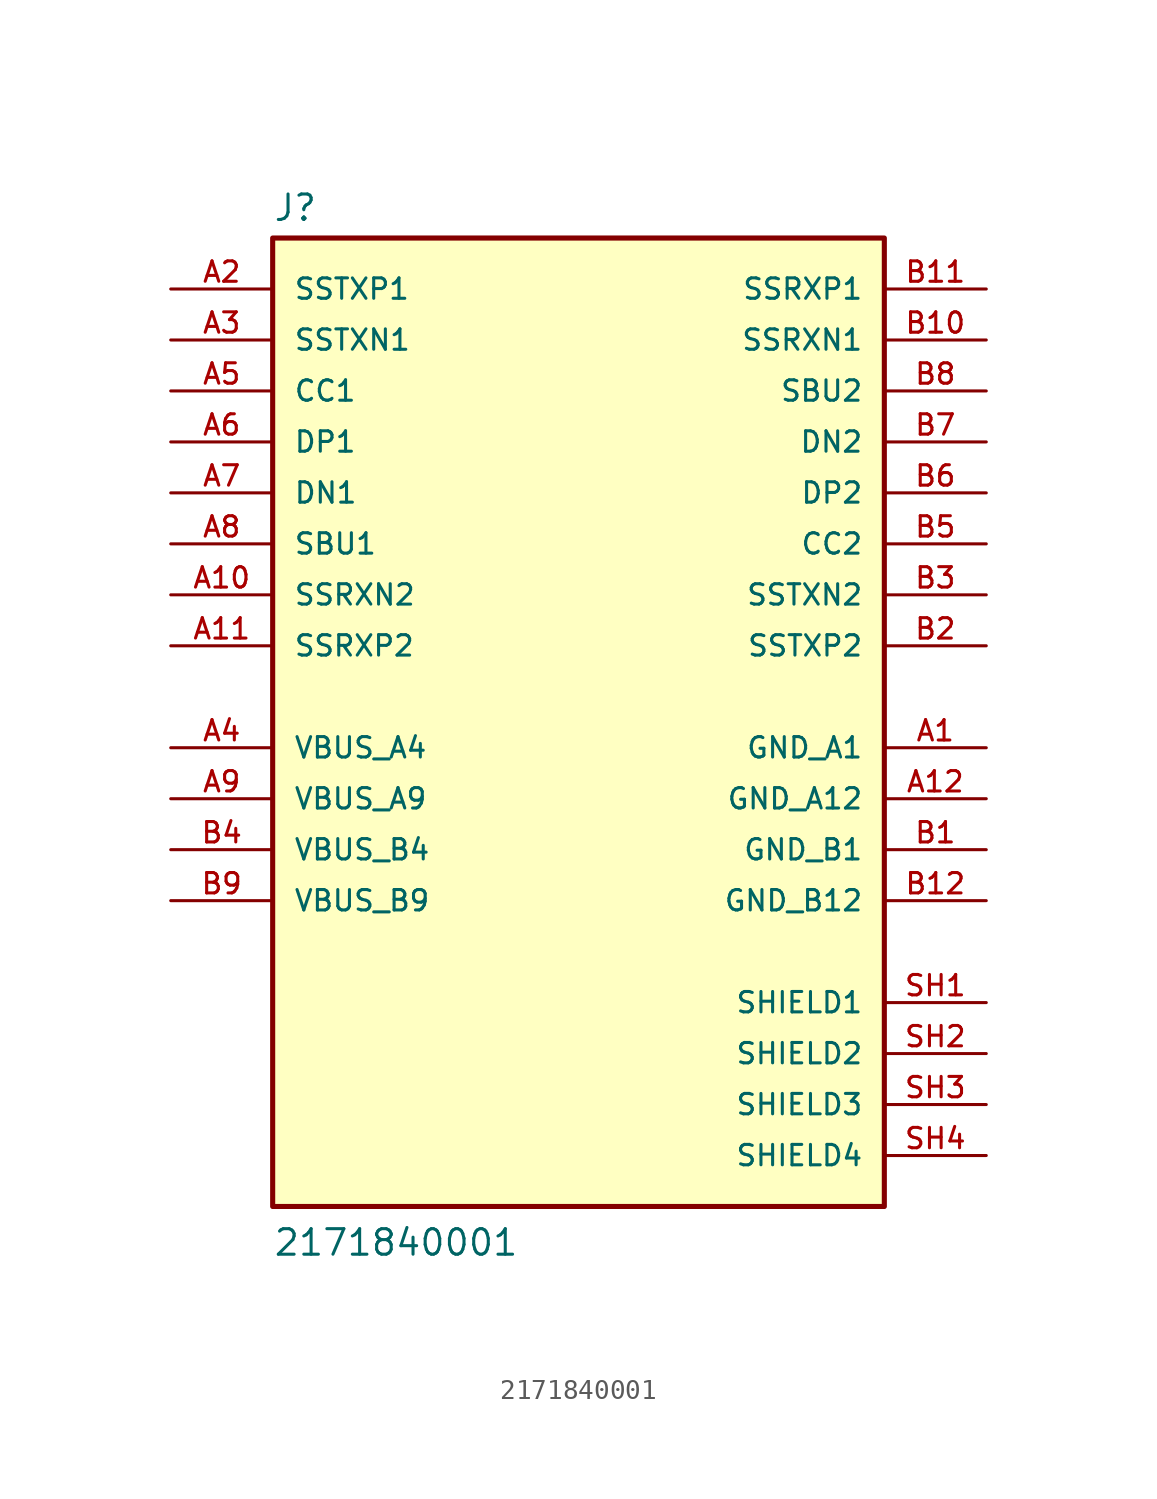
<source format=kicad_sym>
(kicad_symbol_lib
  (version 20231120)
  (generator "kicad_symbol_editor")
  (generator_version "8.0")
  (symbol "2171840001"
    (pin_names
      (offset 1.016))
    (property "Reference" "J"
      (at -15.24 23.622 0)
      (effects (font (size 1.27 1.27)) (justify left bottom)))
    (property "Value" "2171840001"
      (at -15.24 -27.94 0)
      (effects (font (size 1.27 1.27)) (justify left bottom)))
    (symbol "2171840001_0_0"
      (rectangle (start -15.24 -25.4) (end 15.24 22.86) (stroke (width 0.254) (type default)) (fill (type background)))
      (pin power_in line (at 20.32 -2.54 180) (length 5.08) (name "GND_A1" (effects (font (size 1.016 1.016)))) (number "A1" (effects (font (size 1.016 1.016)))))
      (pin bidirectional line (at -20.32 5.08 0) (length 5.08) (name "SSRXN2" (effects (font (size 1.016 1.016)))) (number "A10" (effects (font (size 1.016 1.016)))))
      (pin bidirectional line (at -20.32 2.54 0) (length 5.08) (name "SSRXP2" (effects (font (size 1.016 1.016)))) (number "A11" (effects (font (size 1.016 1.016)))))
      (pin power_in line (at 20.32 -5.08 180) (length 5.08) (name "GND_A12" (effects (font (size 1.016 1.016)))) (number "A12" (effects (font (size 1.016 1.016)))))
      (pin bidirectional line (at -20.32 20.32 0) (length 5.08) (name "SSTXP1" (effects (font (size 1.016 1.016)))) (number "A2" (effects (font (size 1.016 1.016)))))
      (pin bidirectional line (at -20.32 17.78 0) (length 5.08) (name "SSTXN1" (effects (font (size 1.016 1.016)))) (number "A3" (effects (font (size 1.016 1.016)))))
      (pin power_in line (at -20.32 -2.54 0) (length 5.08) (name "VBUS_A4" (effects (font (size 1.016 1.016)))) (number "A4" (effects (font (size 1.016 1.016)))))
      (pin bidirectional line (at -20.32 15.24 0) (length 5.08) (name "CC1" (effects (font (size 1.016 1.016)))) (number "A5" (effects (font (size 1.016 1.016)))))
      (pin bidirectional line (at -20.32 12.7 0) (length 5.08) (name "DP1" (effects (font (size 1.016 1.016)))) (number "A6" (effects (font (size 1.016 1.016)))))
      (pin bidirectional line (at -20.32 10.16 0) (length 5.08) (name "DN1" (effects (font (size 1.016 1.016)))) (number "A7" (effects (font (size 1.016 1.016)))))
      (pin bidirectional line (at -20.32 7.62 0) (length 5.08) (name "SBU1" (effects (font (size 1.016 1.016)))) (number "A8" (effects (font (size 1.016 1.016)))))
      (pin power_in line (at -20.32 -5.08 0) (length 5.08) (name "VBUS_A9" (effects (font (size 1.016 1.016)))) (number "A9" (effects (font (size 1.016 1.016)))))
      (pin power_in line (at 20.32 -7.62 180) (length 5.08) (name "GND_B1" (effects (font (size 1.016 1.016)))) (number "B1" (effects (font (size 1.016 1.016)))))
      (pin bidirectional line (at 20.32 17.78 180) (length 5.08) (name "SSRXN1" (effects (font (size 1.016 1.016)))) (number "B10" (effects (font (size 1.016 1.016)))))
      (pin bidirectional line (at 20.32 20.32 180) (length 5.08) (name "SSRXP1" (effects (font (size 1.016 1.016)))) (number "B11" (effects (font (size 1.016 1.016)))))
      (pin power_in line (at 20.32 -10.16 180) (length 5.08) (name "GND_B12" (effects (font (size 1.016 1.016)))) (number "B12" (effects (font (size 1.016 1.016)))))
      (pin bidirectional line (at 20.32 2.54 180) (length 5.08) (name "SSTXP2" (effects (font (size 1.016 1.016)))) (number "B2" (effects (font (size 1.016 1.016)))))
      (pin bidirectional line (at 20.32 5.08 180) (length 5.08) (name "SSTXN2" (effects (font (size 1.016 1.016)))) (number "B3" (effects (font (size 1.016 1.016)))))
      (pin power_in line (at -20.32 -7.62 0) (length 5.08) (name "VBUS_B4" (effects (font (size 1.016 1.016)))) (number "B4" (effects (font (size 1.016 1.016)))))
      (pin bidirectional line (at 20.32 7.62 180) (length 5.08) (name "CC2" (effects (font (size 1.016 1.016)))) (number "B5" (effects (font (size 1.016 1.016)))))
      (pin bidirectional line (at 20.32 10.16 180) (length 5.08) (name "DP2" (effects (font (size 1.016 1.016)))) (number "B6" (effects (font (size 1.016 1.016)))))
      (pin bidirectional line (at 20.32 12.7 180) (length 5.08) (name "DN2" (effects (font (size 1.016 1.016)))) (number "B7" (effects (font (size 1.016 1.016)))))
      (pin bidirectional line (at 20.32 15.24 180) (length 5.08) (name "SBU2" (effects (font (size 1.016 1.016)))) (number "B8" (effects (font (size 1.016 1.016)))))
      (pin power_in line (at -20.32 -10.16 0) (length 5.08) (name "VBUS_B9" (effects (font (size 1.016 1.016)))) (number "B9" (effects (font (size 1.016 1.016)))))
      (pin passive line (at 20.32 -15.24 180) (length 5.08) (name "SHIELD1" (effects (font (size 1.016 1.016)))) (number "SH1" (effects (font (size 1.016 1.016)))))
      (pin passive line (at 20.32 -17.78 180) (length 5.08) (name "SHIELD2" (effects (font (size 1.016 1.016)))) (number "SH2" (effects (font (size 1.016 1.016)))))
      (pin passive line (at 20.32 -20.32 180) (length 5.08) (name "SHIELD3" (effects (font (size 1.016 1.016)))) (number "SH3" (effects (font (size 1.016 1.016)))))
      (pin passive line (at 20.32 -22.86 180) (length 5.08) (name "SHIELD4" (effects (font (size 1.016 1.016)))) (number "SH4" (effects (font (size 1.016 1.016))))))))
</source>
